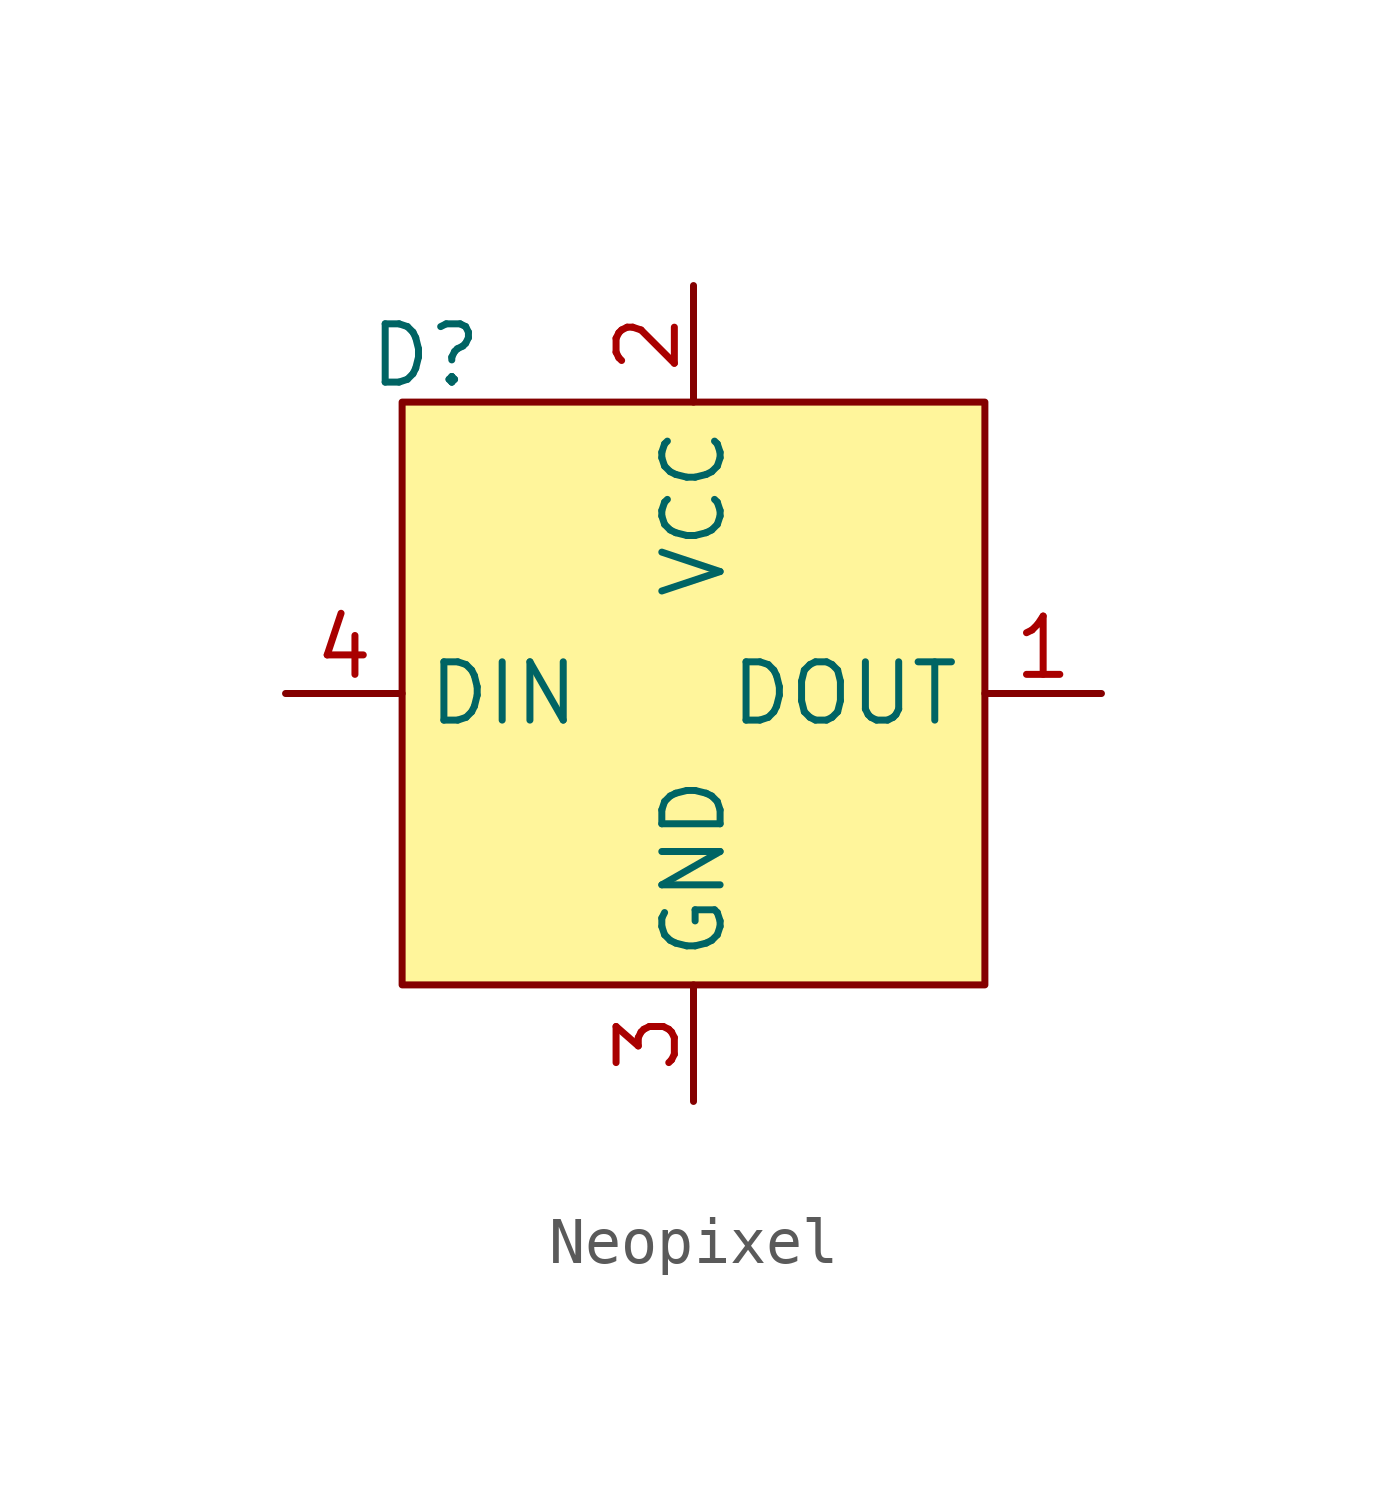
<source format=kicad_sym>
(kicad_symbol_lib
  (version 20241209)
  (generator "kicad_symbol_editor")
  (generator_version "9.0")
  (symbol "Neopixel"
    (property "Reference" "D"
      (at -5.842 7.366 0)
      (effects (font (size 1.27 1.27))))
    (property "Value" ""
      (at 0 0 0)
      (effects (font (size 1.27 1.27))))
    (symbol "Neopixel_0_1"
      (rectangle (start -6.35 6.35) (end 6.35 -6.35) (stroke (width 0) (type default)) (fill (type color) (color 255 237 78 0.56))))
    (symbol "Neopixel_1_1"
      (pin input line (at -8.89 0 0) (length 2.54) (name "DIN" (effects (font (size 1.27 1.27)))) (number "4" (effects (font (size 1.27 1.27)))))
      (pin power_in line (at 0 8.89 270) (length 2.54) (name "VCC" (effects (font (size 1.27 1.27)))) (number "2" (effects (font (size 1.27 1.27)))))
      (pin power_in line (at 0 -8.89 90) (length 2.54) (name "GND" (effects (font (size 1.27 1.27)))) (number "3" (effects (font (size 1.27 1.27)))))
      (pin output line (at 8.89 0 180) (length 2.54) (name "DOUT" (effects (font (size 1.27 1.27)))) (number "1" (effects (font (size 1.27 1.27))))))))
</source>
